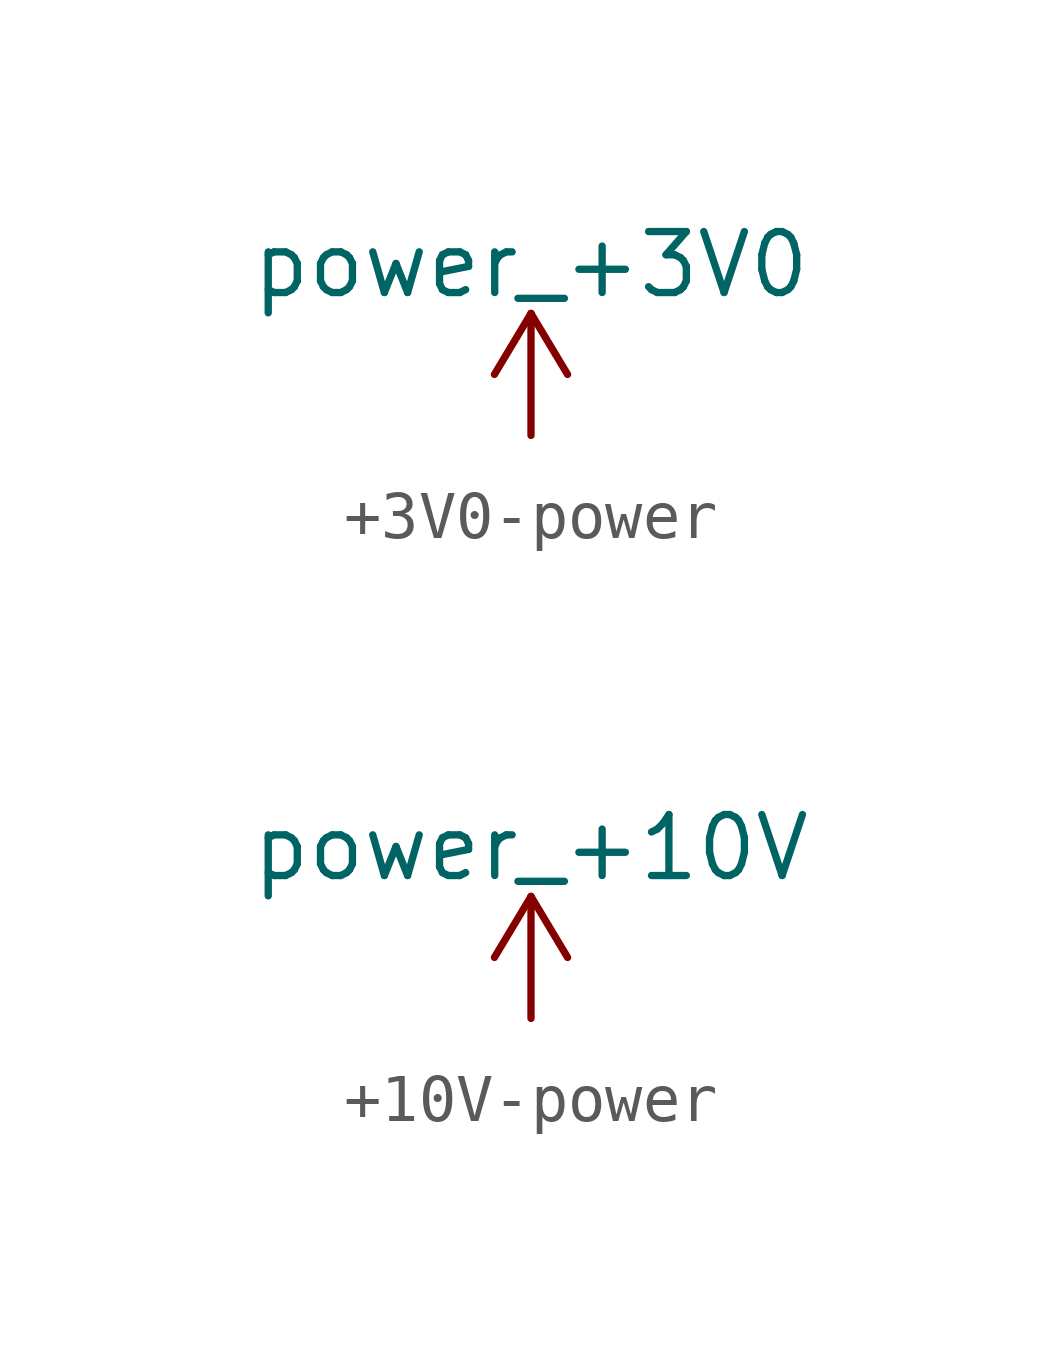
<source format=kicad_sym>
(kicad_symbol_lib
  (version 20231120)
  (generator "kicad_symbol_editor")
  (generator_version "8.0")
  (symbol "+3V0-power"
    (power)
    (pin_names
      (offset 0))
    (property "Reference" "#PWR"
      (at 0 -3.81 0)
      (effects (font (size 1.27 1.27)) (hide yes)))
    (property "Value" "power_+3V0"
      (at 0 3.556 0)
      (effects (font (size 1.27 1.27))))
    (symbol "+3V0-power_0_1"
      (polyline (pts (xy -0.762 1.27) (xy 0 2.54)) (stroke (width 0) (type solid)) (fill (type none)))
      (polyline (pts (xy 0 0) (xy 0 2.54)) (stroke (width 0) (type solid)) (fill (type none)))
      (polyline (pts (xy 0 2.54) (xy 0.762 1.27)) (stroke (width 0) (type solid)) (fill (type none))))
    (symbol "+3V0-power_1_1"
      (pin power_in line (at 0 0 90) (length 0) hide (name "+3V0" (effects (font (size 1.27 1.27)))) (number "1" (effects (font (size 1.27 1.27)))))))
  (symbol "+10V-power"
    (power)
    (pin_names
      (offset 0))
    (property "Reference" "#PWR"
      (at 0 -3.81 0)
      (effects (font (size 1.27 1.27)) (hide yes)))
    (property "Value" "power_+10V"
      (at 0 3.556 0)
      (effects (font (size 1.27 1.27))))
    (symbol "+10V-power_0_1"
      (polyline (pts (xy -0.762 1.27) (xy 0 2.54)) (stroke (width 0) (type solid)) (fill (type none)))
      (polyline (pts (xy 0 0) (xy 0 2.54)) (stroke (width 0) (type solid)) (fill (type none)))
      (polyline (pts (xy 0 2.54) (xy 0.762 1.27)) (stroke (width 0) (type solid)) (fill (type none))))
    (symbol "+10V-power_1_1"
      (pin power_in line (at 0 0 90) (length 0) hide (name "+10V" (effects (font (size 1.27 1.27)))) (number "1" (effects (font (size 1.27 1.27))))))))
</source>
